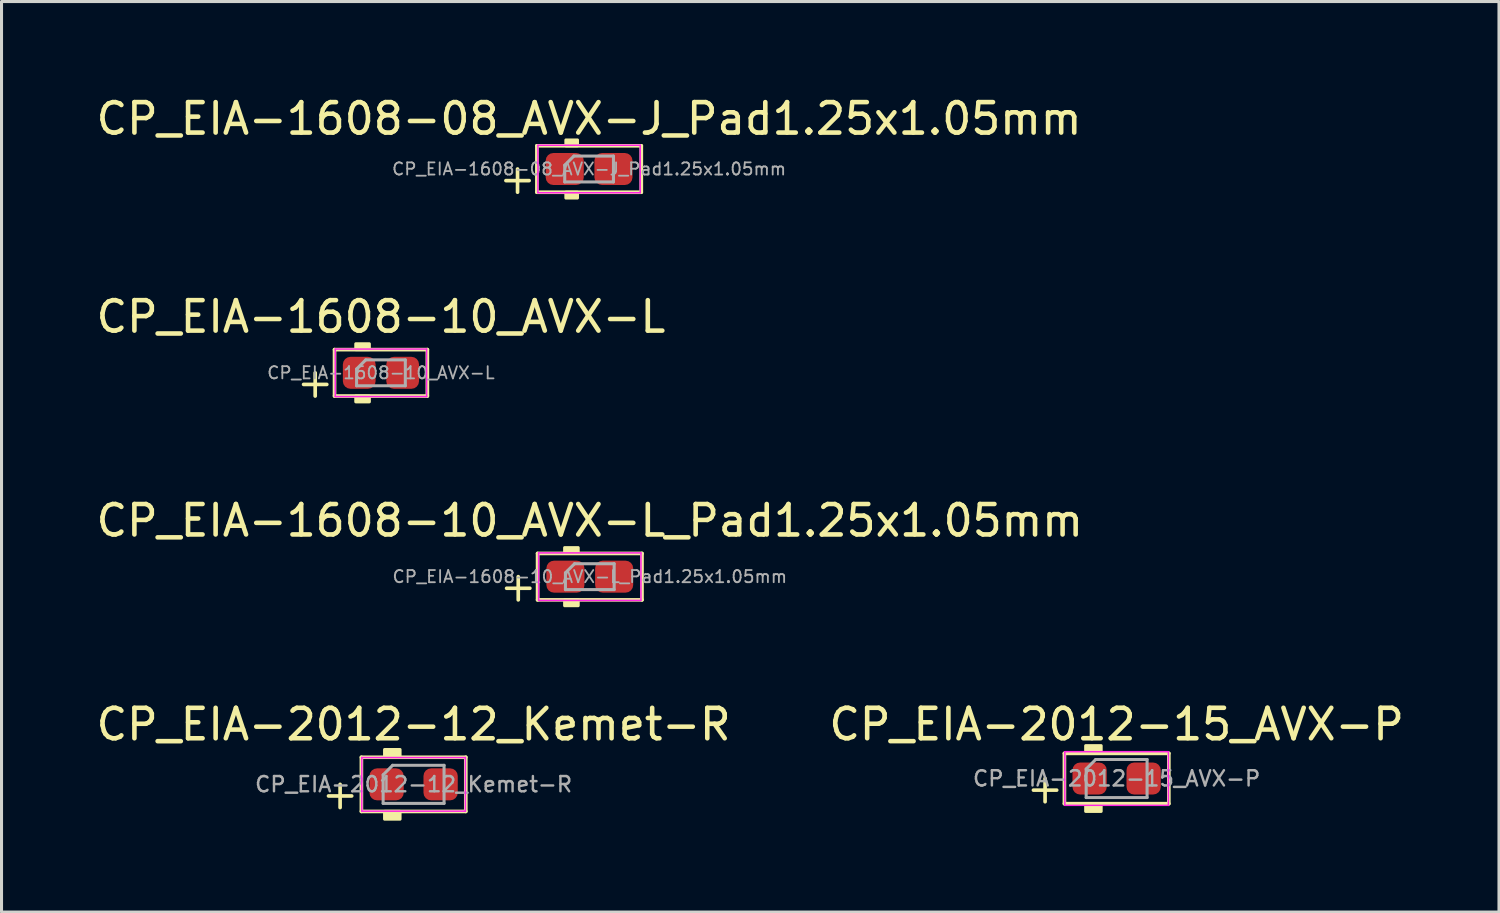
<source format=kicad_pcb>
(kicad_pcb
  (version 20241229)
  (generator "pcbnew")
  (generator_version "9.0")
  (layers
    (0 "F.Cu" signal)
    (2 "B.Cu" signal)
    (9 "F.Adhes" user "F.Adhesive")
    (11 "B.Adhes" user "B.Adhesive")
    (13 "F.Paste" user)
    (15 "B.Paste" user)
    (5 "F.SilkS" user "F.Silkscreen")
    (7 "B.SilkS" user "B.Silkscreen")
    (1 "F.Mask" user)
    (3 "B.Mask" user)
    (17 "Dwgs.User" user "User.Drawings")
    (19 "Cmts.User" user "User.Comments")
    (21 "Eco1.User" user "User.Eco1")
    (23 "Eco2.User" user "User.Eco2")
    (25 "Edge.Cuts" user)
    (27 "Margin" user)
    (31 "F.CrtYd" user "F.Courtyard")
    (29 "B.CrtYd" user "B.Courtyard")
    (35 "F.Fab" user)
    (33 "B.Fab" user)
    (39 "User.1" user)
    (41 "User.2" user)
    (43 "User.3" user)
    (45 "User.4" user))
  (footprint "CP_EIA-1608-10_AVX-L"
    (layer "F.Cu")
    (at 9.458 9.191)
    (property "Reference" "CP_EIA-1608-10_AVX-L" (at 0 -1.841 0) (layer "F.SilkS") (effects (font (size 1 1) (thickness 0.15))))
    (attr smd)
    (fp_line (start -2.54 0.381) (end -1.778 0.381) (stroke (width 0.12) (type solid)) (layer "F.SilkS"))
    (fp_line (start -2.159 0) (end -2.159 0.762) (stroke (width 0.12) (type solid)) (layer "F.SilkS"))
    (fp_line (start -1.524 -0.762) (end -1.524 0.762) (stroke (width 0.12) (type solid)) (layer "F.SilkS"))
    (fp_line (start -1.524 0.762) (end 1.524 0.762) (stroke (width 0.12) (type solid)) (layer "F.SilkS"))
    (fp_line (start 1.524 -0.762) (end -1.524 -0.762) (stroke (width 0.12) (type solid)) (layer "F.SilkS"))
    (fp_line (start 1.524 0.762) (end 1.524 -0.762) (stroke (width 0.12) (type solid)) (layer "F.SilkS"))
    (fp_poly (pts (xy -0.381 -0.762) (xy -0.826 -0.762) (xy -0.826 -0.953) (xy -0.381 -0.953)) (stroke (width 0.1) (type solid)) (fill yes) (layer "F.SilkS"))
    (fp_poly (pts (xy -0.381 0.953) (xy -0.826 0.953) (xy -0.826 0.762) (xy -0.381 0.762)) (stroke (width 0.1) (type solid)) (fill yes) (layer "F.SilkS"))
    (fp_line (start -1.5 -0.78) (end 1.5 -0.78) (stroke (width 0.05) (type solid)) (layer "F.CrtYd"))
    (fp_line (start -1.5 0.78) (end -1.5 -0.78) (stroke (width 0.05) (type solid)) (layer "F.CrtYd"))
    (fp_line (start 1.5 -0.78) (end 1.5 0.78) (stroke (width 0.05) (type solid)) (layer "F.CrtYd"))
    (fp_line (start 1.5 0.78) (end -1.5 0.78) (stroke (width 0.05) (type solid)) (layer "F.CrtYd"))
    (fp_line (start -0.8 -0.125) (end -0.8 0.425) (stroke (width 0.1) (type solid)) (layer "F.Fab"))
    (fp_line (start -0.8 0.425) (end 0.8 0.425) (stroke (width 0.1) (type solid)) (layer "F.Fab"))
    (fp_line (start -0.5 -0.425) (end -0.8 -0.125) (stroke (width 0.1) (type solid)) (layer "F.Fab"))
    (fp_line (start 0.8 -0.425) (end -0.5 -0.425) (stroke (width 0.1) (type solid)) (layer "F.Fab"))
    (fp_line (start 0.8 0.425) (end 0.8 -0.425) (stroke (width 0.1) (type solid)) (layer "F.Fab"))
    (fp_text user "${REFERENCE}" (at 0 0 0) (layer "F.Fab") (effects (font (size 0.4 0.4) (thickness 0.06))))
    (pad "1" smd roundrect (at -0.713 0) (size 1.075 1.05) (layers "F.Cu" "F.Mask" "F.Paste") (roundrect_rratio 0.238))
    (pad "2" smd roundrect (at 0.713 0) (size 1.075 1.05) (layers "F.Cu" "F.Mask" "F.Paste") (roundrect_rratio 0.238)))
  (footprint "CP_EIA-2012-15_AVX-P"
    (layer "F.Cu")
    (at 33.613 22.512)
    (property "Reference" "CP_EIA-2012-15_AVX-P" (at 0 -1.778 0) (layer "F.SilkS") (effects (font (size 1 1) (thickness 0.15))))
    (attr smd)
    (fp_line (start -2.731 0.381) (end -1.968 0.381) (stroke (width 0.12) (type solid)) (layer "F.SilkS"))
    (fp_line (start -2.349 0) (end -2.349 0.762) (stroke (width 0.12) (type solid)) (layer "F.SilkS"))
    (fp_line (start -1.714 -0.826) (end -1.714 0.826) (stroke (width 0.12) (type solid)) (layer "F.SilkS"))
    (fp_line (start -1.714 0.826) (end 1.714 0.826) (stroke (width 0.12) (type solid)) (layer "F.SilkS"))
    (fp_line (start 1.714 -0.826) (end -1.714 -0.826) (stroke (width 0.12) (type solid)) (layer "F.SilkS"))
    (fp_line (start 1.714 0.826) (end 1.714 -0.826) (stroke (width 0.12) (type solid)) (layer "F.SilkS"))
    (fp_poly (pts (xy -0.508 -0.826) (xy -1.016 -0.826) (xy -1.016 -1.079) (xy -0.508 -1.079)) (stroke (width 0.1) (type solid)) (fill yes) (layer "F.SilkS"))
    (fp_poly (pts (xy -0.508 1.079) (xy -1.016 1.079) (xy -1.016 0.826) (xy -0.508 0.826)) (stroke (width 0.1) (type solid)) (fill yes) (layer "F.SilkS"))
    (fp_line (start -1.7 -0.88) (end 1.7 -0.88) (stroke (width 0.05) (type solid)) (layer "F.CrtYd"))
    (fp_line (start -1.7 0.88) (end -1.7 -0.88) (stroke (width 0.05) (type solid)) (layer "F.CrtYd"))
    (fp_line (start 1.7 -0.88) (end 1.7 0.88) (stroke (width 0.05) (type solid)) (layer "F.CrtYd"))
    (fp_line (start 1.7 0.88) (end -1.7 0.88) (stroke (width 0.05) (type solid)) (layer "F.CrtYd"))
    (fp_line (start -1 -0.312) (end -1 0.625) (stroke (width 0.1) (type solid)) (layer "F.Fab"))
    (fp_line (start -1 0.625) (end 1 0.625) (stroke (width 0.1) (type solid)) (layer "F.Fab"))
    (fp_line (start -0.688 -0.625) (end -1 -0.312) (stroke (width 0.1) (type solid)) (layer "F.Fab"))
    (fp_line (start 1 -0.625) (end -0.688 -0.625) (stroke (width 0.1) (type solid)) (layer "F.Fab"))
    (fp_line (start 1 0.625) (end 1 -0.625) (stroke (width 0.1) (type solid)) (layer "F.Fab"))
    (fp_text user "${REFERENCE}" (at 0 0 0) (layer "F.Fab") (effects (font (size 0.5 0.5) (thickness 0.08))))
    (pad "1" smd roundrect (at -0.887 0) (size 1.125 1.05) (layers "F.Cu" "F.Mask" "F.Paste") (roundrect_rratio 0.238))
    (pad "2" smd roundrect (at 0.887 0) (size 1.125 1.05) (layers "F.Cu" "F.Mask" "F.Paste") (roundrect_rratio 0.238)))
  (footprint "CP_EIA-1608-08_AVX-J_Pad1.25x1.05mm"
    (layer "F.Cu")
    (at 16.292 2.499)
    (property "Reference" "CP_EIA-1608-08_AVX-J_Pad1.25x1.05mm" (at 0 -1.651 0) (layer "F.SilkS") (effects (font (size 1 1) (thickness 0.15))))
    (attr smd)
    (fp_line (start -2.731 0.381) (end -1.968 0.381) (stroke (width 0.12) (type solid)) (layer "F.SilkS"))
    (fp_line (start -2.349 0) (end -2.349 0.762) (stroke (width 0.12) (type solid)) (layer "F.SilkS"))
    (fp_line (start -1.714 -0.762) (end -1.714 0.762) (stroke (width 0.12) (type solid)) (layer "F.SilkS"))
    (fp_line (start -1.714 0.762) (end 1.714 0.762) (stroke (width 0.12) (type solid)) (layer "F.SilkS"))
    (fp_line (start 1.714 -0.762) (end -1.714 -0.762) (stroke (width 0.12) (type solid)) (layer "F.SilkS"))
    (fp_line (start 1.714 0.762) (end 1.714 -0.762) (stroke (width 0.12) (type solid)) (layer "F.SilkS"))
    (fp_poly (pts (xy -0.381 -0.762) (xy -0.762 -0.762) (xy -0.762 -0.953) (xy -0.381 -0.953)) (stroke (width 0.1) (type solid)) (fill yes) (layer "F.SilkS"))
    (fp_poly (pts (xy -0.381 0.953) (xy -0.762 0.953) (xy -0.762 0.762) (xy -0.381 0.762)) (stroke (width 0.1) (type solid)) (fill yes) (layer "F.SilkS"))
    (fp_line (start -1.68 -0.78) (end 1.68 -0.78) (stroke (width 0.05) (type solid)) (layer "F.CrtYd"))
    (fp_line (start -1.68 0.78) (end -1.68 -0.78) (stroke (width 0.05) (type solid)) (layer "F.CrtYd"))
    (fp_line (start 1.68 -0.78) (end 1.68 0.78) (stroke (width 0.05) (type solid)) (layer "F.CrtYd"))
    (fp_line (start 1.68 0.78) (end -1.68 0.78) (stroke (width 0.05) (type solid)) (layer "F.CrtYd"))
    (fp_line (start -0.8 -0.125) (end -0.8 0.425) (stroke (width 0.1) (type solid)) (layer "F.Fab"))
    (fp_line (start -0.8 0.425) (end 0.8 0.425) (stroke (width 0.1) (type solid)) (layer "F.Fab"))
    (fp_line (start -0.5 -0.425) (end -0.8 -0.125) (stroke (width 0.1) (type solid)) (layer "F.Fab"))
    (fp_line (start 0.8 -0.425) (end -0.5 -0.425) (stroke (width 0.1) (type solid)) (layer "F.Fab"))
    (fp_line (start 0.8 0.425) (end 0.8 -0.425) (stroke (width 0.1) (type solid)) (layer "F.Fab"))
    (fp_text user "${REFERENCE}" (at 0 0 0) (layer "F.Fab") (effects (font (size 0.4 0.4) (thickness 0.06))))
    (pad "1" smd roundrect (at -0.8 0) (size 1.25 1.05) (layers "F.Cu" "F.Mask" "F.Paste") (roundrect_rratio 0.238))
    (pad "2" smd roundrect (at 0.8 0) (size 1.25 1.05) (layers "F.Cu" "F.Mask" "F.Paste") (roundrect_rratio 0.238)))
  (footprint "CP_EIA-2012-12_Kemet-R"
    (layer "F.Cu")
    (at 10.53 22.703)
    (property "Reference" "CP_EIA-2012-12_Kemet-R" (at 0 -1.968 0) (layer "F.SilkS") (effects (font (size 1 1) (thickness 0.15))))
    (attr smd)
    (fp_line (start -2.794 0.381) (end -2.032 0.381) (stroke (width 0.12) (type solid)) (layer "F.SilkS"))
    (fp_line (start -2.413 0) (end -2.413 0.762) (stroke (width 0.12) (type solid)) (layer "F.SilkS"))
    (fp_line (start -1.714 -0.889) (end -1.714 0.889) (stroke (width 0.12) (type solid)) (layer "F.SilkS"))
    (fp_line (start -1.714 0.889) (end 1.714 0.889) (stroke (width 0.12) (type solid)) (layer "F.SilkS"))
    (fp_line (start 1.714 -0.889) (end -1.714 -0.889) (stroke (width 0.12) (type solid)) (layer "F.SilkS"))
    (fp_line (start 1.714 0.889) (end 1.714 -0.889) (stroke (width 0.12) (type solid)) (layer "F.SilkS"))
    (fp_poly (pts (xy -0.445 -0.889) (xy -0.953 -0.889) (xy -0.953 -1.143) (xy -0.445 -1.143)) (stroke (width 0.1) (type solid)) (fill yes) (layer "F.SilkS"))
    (fp_poly (pts (xy -0.445 1.143) (xy -0.953 1.143) (xy -0.953 0.889) (xy -0.445 0.889)) (stroke (width 0.1) (type solid)) (fill yes) (layer "F.SilkS"))
    (fp_line (start -1.7 -0.88) (end 1.7 -0.88) (stroke (width 0.05) (type solid)) (layer "F.CrtYd"))
    (fp_line (start -1.7 0.88) (end -1.7 -0.88) (stroke (width 0.05) (type solid)) (layer "F.CrtYd"))
    (fp_line (start 1.7 -0.88) (end 1.7 0.88) (stroke (width 0.05) (type solid)) (layer "F.CrtYd"))
    (fp_line (start 1.7 0.88) (end -1.7 0.88) (stroke (width 0.05) (type solid)) (layer "F.CrtYd"))
    (fp_line (start -1 -0.312) (end -1 0.625) (stroke (width 0.1) (type solid)) (layer "F.Fab"))
    (fp_line (start -1 0.625) (end 1 0.625) (stroke (width 0.1) (type solid)) (layer "F.Fab"))
    (fp_line (start -0.688 -0.625) (end -1 -0.312) (stroke (width 0.1) (type solid)) (layer "F.Fab"))
    (fp_line (start 1 -0.625) (end -0.688 -0.625) (stroke (width 0.1) (type solid)) (layer "F.Fab"))
    (fp_line (start 1 0.625) (end 1 -0.625) (stroke (width 0.1) (type solid)) (layer "F.Fab"))
    (fp_text user "${REFERENCE}" (at 0 0 0) (layer "F.Fab") (effects (font (size 0.5 0.5) (thickness 0.08))))
    (pad "1" smd roundrect (at -0.887 0) (size 1.125 1.05) (layers "F.Cu" "F.Mask" "F.Paste") (roundrect_rratio 0.238))
    (pad "2" smd roundrect (at 0.887 0) (size 1.125 1.05) (layers "F.Cu" "F.Mask" "F.Paste") (roundrect_rratio 0.238)))
  (footprint "CP_EIA-1608-10_AVX-L_Pad1.25x1.05mm"
    (layer "F.Cu")
    (at 16.315 15.884)
    (property "Reference" "CP_EIA-1608-10_AVX-L_Pad1.25x1.05mm" (at 0 -1.841 0) (layer "F.SilkS") (effects (font (size 1 1) (thickness 0.15))))
    (attr smd)
    (fp_line (start -2.731 0.381) (end -1.968 0.381) (stroke (width 0.12) (type solid)) (layer "F.SilkS"))
    (fp_line (start -2.349 0) (end -2.349 0.762) (stroke (width 0.12) (type solid)) (layer "F.SilkS"))
    (fp_line (start -1.714 -0.762) (end -1.714 0.762) (stroke (width 0.12) (type solid)) (layer "F.SilkS"))
    (fp_line (start -1.714 0.762) (end 1.714 0.762) (stroke (width 0.12) (type solid)) (layer "F.SilkS"))
    (fp_line (start 1.714 -0.762) (end -1.714 -0.762) (stroke (width 0.12) (type solid)) (layer "F.SilkS"))
    (fp_line (start 1.714 0.762) (end 1.714 -0.762) (stroke (width 0.12) (type solid)) (layer "F.SilkS"))
    (fp_poly (pts (xy -0.381 -0.762) (xy -0.826 -0.762) (xy -0.826 -0.953) (xy -0.381 -0.953)) (stroke (width 0.1) (type solid)) (fill yes) (layer "F.SilkS"))
    (fp_poly (pts (xy -0.381 0.953) (xy -0.826 0.953) (xy -0.826 0.762) (xy -0.381 0.762)) (stroke (width 0.1) (type solid)) (fill yes) (layer "F.SilkS"))
    (fp_line (start -1.68 -0.78) (end 1.68 -0.78) (stroke (width 0.05) (type solid)) (layer "F.CrtYd"))
    (fp_line (start -1.68 0.78) (end -1.68 -0.78) (stroke (width 0.05) (type solid)) (layer "F.CrtYd"))
    (fp_line (start 1.68 -0.78) (end 1.68 0.78) (stroke (width 0.05) (type solid)) (layer "F.CrtYd"))
    (fp_line (start 1.68 0.78) (end -1.68 0.78) (stroke (width 0.05) (type solid)) (layer "F.CrtYd"))
    (fp_line (start -0.8 -0.125) (end -0.8 0.425) (stroke (width 0.1) (type solid)) (layer "F.Fab"))
    (fp_line (start -0.8 0.425) (end 0.8 0.425) (stroke (width 0.1) (type solid)) (layer "F.Fab"))
    (fp_line (start -0.5 -0.425) (end -0.8 -0.125) (stroke (width 0.1) (type solid)) (layer "F.Fab"))
    (fp_line (start 0.8 -0.425) (end -0.5 -0.425) (stroke (width 0.1) (type solid)) (layer "F.Fab"))
    (fp_line (start 0.8 0.425) (end 0.8 -0.425) (stroke (width 0.1) (type solid)) (layer "F.Fab"))
    (fp_text user "${REFERENCE}" (at 0 0 0) (layer "F.Fab") (effects (font (size 0.4 0.4) (thickness 0.06))))
    (pad "1" smd roundrect (at -0.8 0) (size 1.25 1.05) (layers "F.Cu" "F.Mask" "F.Paste") (roundrect_rratio 0.238))
    (pad "2" smd roundrect (at 0.8 0) (size 1.25 1.05) (layers "F.Cu" "F.Mask" "F.Paste") (roundrect_rratio 0.238)))
  (gr_rect
    (start -3 -3)
    (end 46.167 26.896)
    (stroke (width 0.1) (type default))
    (fill no)
    (layer "Edge.Cuts")))
</source>
